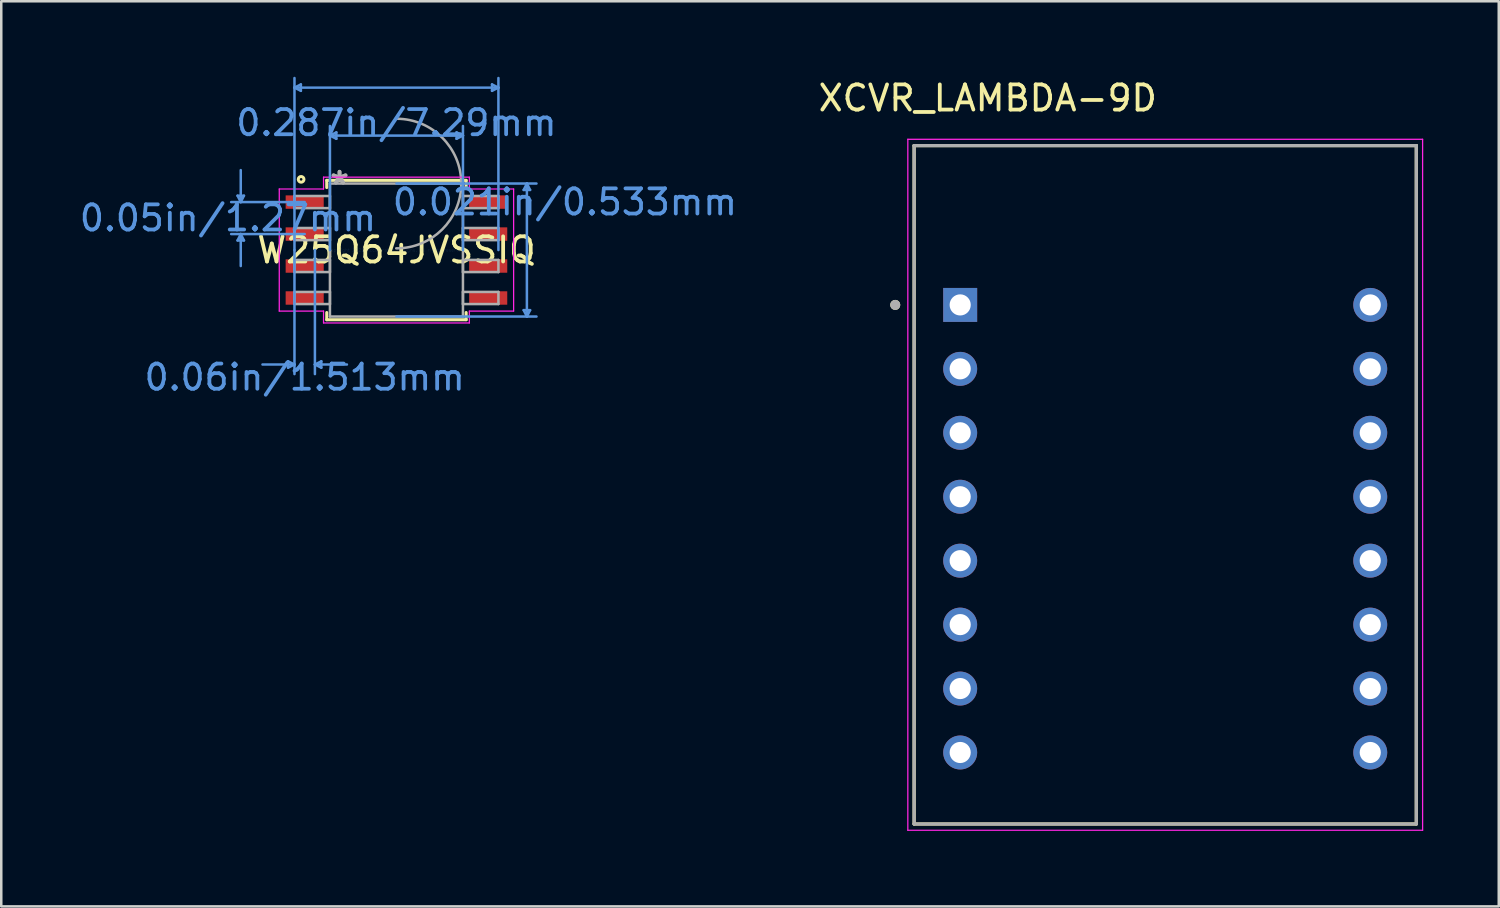
<source format=kicad_pcb>
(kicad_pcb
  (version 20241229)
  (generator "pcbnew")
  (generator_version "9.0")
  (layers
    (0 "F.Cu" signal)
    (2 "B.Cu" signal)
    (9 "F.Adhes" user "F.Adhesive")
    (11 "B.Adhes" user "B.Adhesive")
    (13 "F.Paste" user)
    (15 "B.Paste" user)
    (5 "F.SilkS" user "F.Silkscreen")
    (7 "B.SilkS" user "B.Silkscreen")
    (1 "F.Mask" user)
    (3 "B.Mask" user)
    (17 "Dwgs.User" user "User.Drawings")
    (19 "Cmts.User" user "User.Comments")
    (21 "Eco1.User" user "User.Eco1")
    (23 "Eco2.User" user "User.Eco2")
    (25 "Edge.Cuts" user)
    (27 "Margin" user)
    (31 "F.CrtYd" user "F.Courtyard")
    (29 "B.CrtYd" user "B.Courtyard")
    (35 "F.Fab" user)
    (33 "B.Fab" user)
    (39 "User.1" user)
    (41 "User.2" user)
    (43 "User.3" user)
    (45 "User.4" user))
  (footprint "W25Q64JVSSIQ"
    (layer "F.Cu")
    (at 12.699 6.883)
    (property "Reference" "W25Q64JVSSIQ" (at 0 0 0) (layer "F.SilkS") (effects (font (size 1 1) (thickness 0.15))))
    (attr through_hole)
    (fp_line (start -2.769 -2.769) (end -2.769 -2.482) (stroke (width 0.12) (type solid)) (layer "F.SilkS"))
    (fp_line (start -2.769 2.482) (end -2.769 2.769) (stroke (width 0.12) (type solid)) (layer "F.SilkS"))
    (fp_line (start -2.769 2.769) (end 2.769 2.769) (stroke (width 0.12) (type solid)) (layer "F.SilkS"))
    (fp_line (start 2.769 -2.769) (end -2.769 -2.769) (stroke (width 0.12) (type solid)) (layer "F.SilkS"))
    (fp_line (start 2.769 -2.482) (end 2.769 -2.769) (stroke (width 0.12) (type solid)) (layer "F.SilkS"))
    (fp_line (start 2.769 2.769) (end 2.769 2.482) (stroke (width 0.12) (type solid)) (layer "F.SilkS"))
    (fp_circle (center -3.787 -2.808) (end -3.745 -2.84) (stroke (width 0.12) (type solid)) (fill no) (layer "F.SilkS"))
    (fp_line (start -6.312 -2.159) (end -6.058 -2.159) (stroke (width 0.1) (type solid)) (layer "Cmts.User"))
    (fp_line (start -6.312 -0.381) (end -6.058 -0.381) (stroke (width 0.1) (type solid)) (layer "Cmts.User"))
    (fp_line (start -6.185 -1.905) (end -6.312 -2.159) (stroke (width 0.1) (type solid)) (layer "Cmts.User"))
    (fp_line (start -6.185 -1.905) (end -6.185 -3.175) (stroke (width 0.1) (type solid)) (layer "Cmts.User"))
    (fp_line (start -6.185 -1.905) (end -6.058 -2.159) (stroke (width 0.1) (type solid)) (layer "Cmts.User"))
    (fp_line (start -6.185 -0.635) (end -6.312 -0.381) (stroke (width 0.1) (type solid)) (layer "Cmts.User"))
    (fp_line (start -6.185 -0.635) (end -6.185 0.635) (stroke (width 0.1) (type solid)) (layer "Cmts.User"))
    (fp_line (start -6.185 -0.635) (end -6.058 -0.381) (stroke (width 0.1) (type solid)) (layer "Cmts.User"))
    (fp_line (start -4.305 4.42) (end -4.305 4.674) (stroke (width 0.1) (type solid)) (layer "Cmts.User"))
    (fp_line (start -4.051 -6.452) (end -3.797 -6.579) (stroke (width 0.1) (type solid)) (layer "Cmts.User"))
    (fp_line (start -4.051 -6.452) (end -3.797 -6.325) (stroke (width 0.1) (type solid)) (layer "Cmts.User"))
    (fp_line (start -4.051 -6.452) (end 4.051 -6.452) (stroke (width 0.1) (type solid)) (layer "Cmts.User"))
    (fp_line (start -4.051 0) (end -4.051 -6.833) (stroke (width 0.1) (type solid)) (layer "Cmts.User"))
    (fp_line (start -4.051 0) (end -4.051 4.928) (stroke (width 0.1) (type solid)) (layer "Cmts.User"))
    (fp_line (start -4.051 4.547) (end -5.321 4.547) (stroke (width 0.1) (type solid)) (layer "Cmts.User"))
    (fp_line (start -4.051 4.547) (end -4.305 4.42) (stroke (width 0.1) (type solid)) (layer "Cmts.User"))
    (fp_line (start -4.051 4.547) (end -4.305 4.674) (stroke (width 0.1) (type solid)) (layer "Cmts.User"))
    (fp_line (start -3.797 -6.579) (end -3.797 -6.325) (stroke (width 0.1) (type solid)) (layer "Cmts.User"))
    (fp_line (start -3.645 -1.905) (end -6.566 -1.905) (stroke (width 0.1) (type solid)) (layer "Cmts.User"))
    (fp_line (start -3.645 -0.635) (end -6.566 -0.635) (stroke (width 0.1) (type solid)) (layer "Cmts.User"))
    (fp_line (start -3.239 0) (end -3.239 4.928) (stroke (width 0.1) (type solid)) (layer "Cmts.User"))
    (fp_line (start -3.239 4.547) (end -2.985 4.42) (stroke (width 0.1) (type solid)) (layer "Cmts.User"))
    (fp_line (start -3.239 4.547) (end -2.985 4.674) (stroke (width 0.1) (type solid)) (layer "Cmts.User"))
    (fp_line (start -3.239 4.547) (end -1.968 4.547) (stroke (width 0.1) (type solid)) (layer "Cmts.User"))
    (fp_line (start -2.985 4.42) (end -2.985 4.674) (stroke (width 0.1) (type solid)) (layer "Cmts.User"))
    (fp_line (start -2.642 -4.547) (end -2.388 -4.674) (stroke (width 0.1) (type solid)) (layer "Cmts.User"))
    (fp_line (start -2.642 -4.547) (end -2.388 -4.42) (stroke (width 0.1) (type solid)) (layer "Cmts.User"))
    (fp_line (start -2.642 -4.547) (end 2.642 -4.547) (stroke (width 0.1) (type solid)) (layer "Cmts.User"))
    (fp_line (start -2.642 0) (end -2.642 -4.928) (stroke (width 0.1) (type solid)) (layer "Cmts.User"))
    (fp_line (start -2.388 -4.674) (end -2.388 -4.42) (stroke (width 0.1) (type solid)) (layer "Cmts.User"))
    (fp_line (start 0 -2.642) (end 5.563 -2.642) (stroke (width 0.1) (type solid)) (layer "Cmts.User"))
    (fp_line (start 0 2.642) (end 5.563 2.642) (stroke (width 0.1) (type solid)) (layer "Cmts.User"))
    (fp_line (start 2.388 -4.674) (end 2.388 -4.42) (stroke (width 0.1) (type solid)) (layer "Cmts.User"))
    (fp_line (start 2.642 -4.547) (end 2.388 -4.674) (stroke (width 0.1) (type solid)) (layer "Cmts.User"))
    (fp_line (start 2.642 -4.547) (end 2.388 -4.42) (stroke (width 0.1) (type solid)) (layer "Cmts.User"))
    (fp_line (start 2.642 0) (end 2.642 -4.928) (stroke (width 0.1) (type solid)) (layer "Cmts.User"))
    (fp_line (start 3.797 -6.579) (end 3.797 -6.325) (stroke (width 0.1) (type solid)) (layer "Cmts.User"))
    (fp_line (start 4.051 -6.452) (end 3.797 -6.579) (stroke (width 0.1) (type solid)) (layer "Cmts.User"))
    (fp_line (start 4.051 -6.452) (end 3.797 -6.325) (stroke (width 0.1) (type solid)) (layer "Cmts.User"))
    (fp_line (start 4.051 0) (end 4.051 -6.833) (stroke (width 0.1) (type solid)) (layer "Cmts.User"))
    (fp_line (start 5.055 -2.388) (end 5.309 -2.388) (stroke (width 0.1) (type solid)) (layer "Cmts.User"))
    (fp_line (start 5.055 2.388) (end 5.309 2.388) (stroke (width 0.1) (type solid)) (layer "Cmts.User"))
    (fp_line (start 5.182 -2.642) (end 5.055 -2.388) (stroke (width 0.1) (type solid)) (layer "Cmts.User"))
    (fp_line (start 5.182 -2.642) (end 5.182 2.642) (stroke (width 0.1) (type solid)) (layer "Cmts.User"))
    (fp_line (start 5.182 -2.642) (end 5.309 -2.388) (stroke (width 0.1) (type solid)) (layer "Cmts.User"))
    (fp_line (start 5.182 2.642) (end 5.055 2.388) (stroke (width 0.1) (type solid)) (layer "Cmts.User"))
    (fp_line (start 5.182 2.642) (end 5.309 2.388) (stroke (width 0.1) (type solid)) (layer "Cmts.User"))
    (fp_line (start -4.655 -2.425) (end -2.896 -2.425) (stroke (width 0.05) (type solid)) (layer "F.CrtYd"))
    (fp_line (start -4.655 2.425) (end -4.655 -2.425) (stroke (width 0.05) (type solid)) (layer "F.CrtYd"))
    (fp_line (start -4.655 2.425) (end -2.896 2.425) (stroke (width 0.05) (type solid)) (layer "F.CrtYd"))
    (fp_line (start -2.896 -2.896) (end 2.896 -2.896) (stroke (width 0.05) (type solid)) (layer "F.CrtYd"))
    (fp_line (start -2.896 -2.425) (end -2.896 -2.896) (stroke (width 0.05) (type solid)) (layer "F.CrtYd"))
    (fp_line (start -2.896 2.896) (end -2.896 2.425) (stroke (width 0.05) (type solid)) (layer "F.CrtYd"))
    (fp_line (start 2.896 -2.896) (end 2.896 -2.425) (stroke (width 0.05) (type solid)) (layer "F.CrtYd"))
    (fp_line (start 2.896 2.425) (end 2.896 2.896) (stroke (width 0.05) (type solid)) (layer "F.CrtYd"))
    (fp_line (start 2.896 2.896) (end -2.896 2.896) (stroke (width 0.05) (type solid)) (layer "F.CrtYd"))
    (fp_line (start 4.655 -2.425) (end 2.896 -2.425) (stroke (width 0.05) (type solid)) (layer "F.CrtYd"))
    (fp_line (start 4.655 -2.425) (end 4.655 2.425) (stroke (width 0.05) (type solid)) (layer "F.CrtYd"))
    (fp_line (start 4.655 2.425) (end 2.896 2.425) (stroke (width 0.05) (type solid)) (layer "F.CrtYd"))
    (fp_line (start -4.051 -2.146) (end -4.051 -1.664) (stroke (width 0.1) (type solid)) (layer "F.Fab"))
    (fp_line (start -4.051 -1.664) (end -2.642 -1.664) (stroke (width 0.1) (type solid)) (layer "F.Fab"))
    (fp_line (start -4.051 -0.876) (end -4.051 -0.394) (stroke (width 0.1) (type solid)) (layer "F.Fab"))
    (fp_line (start -4.051 -0.394) (end -2.642 -0.394) (stroke (width 0.1) (type solid)) (layer "F.Fab"))
    (fp_line (start -4.051 0.394) (end -4.051 0.876) (stroke (width 0.1) (type solid)) (layer "F.Fab"))
    (fp_line (start -4.051 0.876) (end -2.642 0.876) (stroke (width 0.1) (type solid)) (layer "F.Fab"))
    (fp_line (start -4.051 1.664) (end -4.051 2.146) (stroke (width 0.1) (type solid)) (layer "F.Fab"))
    (fp_line (start -4.051 2.146) (end -2.642 2.146) (stroke (width 0.1) (type solid)) (layer "F.Fab"))
    (fp_line (start -2.642 -2.642) (end -2.642 2.642) (stroke (width 0.1) (type solid)) (layer "F.Fab"))
    (fp_line (start -2.642 -2.146) (end -4.051 -2.146) (stroke (width 0.1) (type solid)) (layer "F.Fab"))
    (fp_line (start -2.642 -1.664) (end -2.642 -2.146) (stroke (width 0.1) (type solid)) (layer "F.Fab"))
    (fp_line (start -2.642 -0.876) (end -4.051 -0.876) (stroke (width 0.1) (type solid)) (layer "F.Fab"))
    (fp_line (start -2.642 -0.394) (end -2.642 -0.876) (stroke (width 0.1) (type solid)) (layer "F.Fab"))
    (fp_line (start -2.642 0.394) (end -4.051 0.394) (stroke (width 0.1) (type solid)) (layer "F.Fab"))
    (fp_line (start -2.642 0.876) (end -2.642 0.394) (stroke (width 0.1) (type solid)) (layer "F.Fab"))
    (fp_line (start -2.642 1.664) (end -4.051 1.664) (stroke (width 0.1) (type solid)) (layer "F.Fab"))
    (fp_line (start -2.642 2.146) (end -2.642 1.664) (stroke (width 0.1) (type solid)) (layer "F.Fab"))
    (fp_line (start -2.642 2.642) (end 2.642 2.642) (stroke (width 0.1) (type solid)) (layer "F.Fab"))
    (fp_line (start 2.642 -2.642) (end -2.642 -2.642) (stroke (width 0.1) (type solid)) (layer "F.Fab"))
    (fp_line (start 2.642 -2.146) (end 2.642 -1.664) (stroke (width 0.1) (type solid)) (layer "F.Fab"))
    (fp_line (start 2.642 -1.664) (end 4.051 -1.664) (stroke (width 0.1) (type solid)) (layer "F.Fab"))
    (fp_line (start 2.642 -0.876) (end 2.642 -0.394) (stroke (width 0.1) (type solid)) (layer "F.Fab"))
    (fp_line (start 2.642 -0.394) (end 4.051 -0.394) (stroke (width 0.1) (type solid)) (layer "F.Fab"))
    (fp_line (start 2.642 0.394) (end 2.642 0.876) (stroke (width 0.1) (type solid)) (layer "F.Fab"))
    (fp_line (start 2.642 0.876) (end 4.051 0.876) (stroke (width 0.1) (type solid)) (layer "F.Fab"))
    (fp_line (start 2.642 1.664) (end 2.642 2.146) (stroke (width 0.1) (type solid)) (layer "F.Fab"))
    (fp_line (start 2.642 2.146) (end 4.051 2.146) (stroke (width 0.1) (type solid)) (layer "F.Fab"))
    (fp_line (start 2.642 2.642) (end 2.642 -2.642) (stroke (width 0.1) (type solid)) (layer "F.Fab"))
    (fp_line (start 4.051 -2.146) (end 2.642 -2.146) (stroke (width 0.1) (type solid)) (layer "F.Fab"))
    (fp_line (start 4.051 -1.664) (end 4.051 -2.146) (stroke (width 0.1) (type solid)) (layer "F.Fab"))
    (fp_line (start 4.051 -0.876) (end 2.642 -0.876) (stroke (width 0.1) (type solid)) (layer "F.Fab"))
    (fp_line (start 4.051 -0.394) (end 4.051 -0.876) (stroke (width 0.1) (type solid)) (layer "F.Fab"))
    (fp_line (start 4.051 0.394) (end 2.642 0.394) (stroke (width 0.1) (type solid)) (layer "F.Fab"))
    (fp_line (start 4.051 0.876) (end 4.051 0.394) (stroke (width 0.1) (type solid)) (layer "F.Fab"))
    (fp_line (start 4.051 1.664) (end 2.642 1.664) (stroke (width 0.1) (type solid)) (layer "F.Fab"))
    (fp_line (start 4.051 2.146) (end 4.051 1.664) (stroke (width 0.1) (type solid)) (layer "F.Fab"))
    (fp_arc (start 0.007742 -5.216103) (mid 2.574503 -2.633858) (end -0.007742 -0.067097) (stroke (width 0.1) (type solid)) (layer "F.Fab"))
    (fp_text user "0.05in/1.27mm" (at -6.693 -1.27 0) (layer "Cmts.User") (effects (font (size 1 1) (thickness 0.15))))
    (fp_text user "0.287in/7.29mm" (at 0 -5.055 0) (layer "Cmts.User") (effects (font (size 1 1) (thickness 0.15))))
    (fp_text user "0.06in/1.513mm" (at -3.645 5.055 0) (layer "Cmts.User") (effects (font (size 1 1) (thickness 0.15))))
    (fp_text user "0.021in/0.533mm" (at 6.693 -1.905 0) (layer "Cmts.User") (effects (font (size 1 1) (thickness 0.15))))
    (fp_text user "Copyright 2021 Accelerated Designs. All rights reserved." (at 0 0 0) (layer "Cmts.User") (effects (font (size 0.127 0.127) (thickness 0.002))))
    (fp_text user "*" (at -2.261 -2.565 0) (layer "F.Fab") (effects (font (size 1 1) (thickness 0.15))))
    (fp_text user "*" (at -2.261 -2.565 0) (layer "F.Fab") (effects (font (size 1 1) (thickness 0.15))))
    (pad "1" smd rect (at -3.645 -1.905) (size 1.513 0.533) (layers "F.Cu" "F.Mask" "F.Paste"))
    (pad "2" smd rect (at -3.645 -0.635) (size 1.513 0.533) (layers "F.Cu" "F.Mask" "F.Paste"))
    (pad "3" smd rect (at -3.645 0.635) (size 1.513 0.533) (layers "F.Cu" "F.Mask" "F.Paste"))
    (pad "4" smd rect (at -3.645 1.905) (size 1.513 0.533) (layers "F.Cu" "F.Mask" "F.Paste"))
    (pad "5" smd rect (at 3.645 1.905) (size 1.513 0.533) (layers "F.Cu" "F.Mask" "F.Paste"))
    (pad "6" smd rect (at 3.645 0.635) (size 1.513 0.533) (layers "F.Cu" "F.Mask" "F.Paste"))
    (pad "7" smd rect (at 3.645 -0.635) (size 1.513 0.533) (layers "F.Cu" "F.Mask" "F.Paste"))
    (pad "8" smd rect (at 3.645 -1.905) (size 1.513 0.533) (layers "F.Cu" "F.Mask" "F.Paste")))
  (footprint "XCVR_LAMBDA-9D"
    (layer "F.Cu")
    (at 43.239 16.208)
    (property "Reference" "XCVR_LAMBDA-9D" (at -7.05 -15.36 0) (layer "F.SilkS") (effects (font (size 1 1) (thickness 0.15))))
    (attr through_hole)
    (fp_line (start -9.975 -13.475) (end 9.975 -13.475) (stroke (width 0.127) (type solid)) (layer "F.SilkS"))
    (fp_line (start -9.975 13.475) (end -9.975 -13.475) (stroke (width 0.127) (type solid)) (layer "F.SilkS"))
    (fp_line (start 9.975 -13.475) (end 9.975 13.475) (stroke (width 0.127) (type solid)) (layer "F.SilkS"))
    (fp_line (start 9.975 13.475) (end -9.975 13.475) (stroke (width 0.127) (type solid)) (layer "F.SilkS"))
    (fp_circle (center -10.725 -7.145) (end -10.625 -7.145) (stroke (width 0.2) (type solid)) (fill no) (layer "F.SilkS"))
    (fp_line (start -10.225 -13.725) (end -10.225 13.725) (stroke (width 0.05) (type solid)) (layer "F.CrtYd"))
    (fp_line (start -10.225 13.725) (end 10.225 13.725) (stroke (width 0.05) (type solid)) (layer "F.CrtYd"))
    (fp_line (start 10.225 -13.725) (end -10.225 -13.725) (stroke (width 0.05) (type solid)) (layer "F.CrtYd"))
    (fp_line (start 10.225 13.725) (end 10.225 -13.725) (stroke (width 0.05) (type solid)) (layer "F.CrtYd"))
    (fp_line (start -9.975 -13.475) (end 9.975 -13.475) (stroke (width 0.127) (type solid)) (layer "F.Fab"))
    (fp_line (start -9.975 13.475) (end -9.975 -13.475) (stroke (width 0.127) (type solid)) (layer "F.Fab"))
    (fp_line (start 9.975 -13.475) (end 9.975 13.475) (stroke (width 0.127) (type solid)) (layer "F.Fab"))
    (fp_line (start 9.975 13.475) (end -9.975 13.475) (stroke (width 0.127) (type solid)) (layer "F.Fab"))
    (fp_circle (center -10.725 -7.145) (end -10.625 -7.145) (stroke (width 0.2) (type solid)) (fill no) (layer "F.Fab"))
    (pad "1" thru_hole rect (at -8.145 -7.145) (size 1.348 1.348) (drill 0.84) (layers "*.Cu" "*.Mask"))
    (pad "2" thru_hole circle (at -8.145 -4.605) (size 1.348 1.348) (drill 0.84) (layers "*.Cu" "*.Mask"))
    (pad "3" thru_hole circle (at -8.145 -2.065) (size 1.348 1.348) (drill 0.84) (layers "*.Cu" "*.Mask"))
    (pad "4" thru_hole circle (at -8.145 0.475) (size 1.348 1.348) (drill 0.84) (layers "*.Cu" "*.Mask"))
    (pad "5" thru_hole circle (at -8.145 3.015) (size 1.348 1.348) (drill 0.84) (layers "*.Cu" "*.Mask"))
    (pad "6" thru_hole circle (at -8.145 5.555) (size 1.348 1.348) (drill 0.84) (layers "*.Cu" "*.Mask"))
    (pad "7" thru_hole circle (at -8.145 8.095) (size 1.348 1.348) (drill 0.84) (layers "*.Cu" "*.Mask"))
    (pad "8" thru_hole circle (at -8.145 10.635) (size 1.348 1.348) (drill 0.84) (layers "*.Cu" "*.Mask"))
    (pad "9" thru_hole circle (at 8.145 10.635) (size 1.348 1.348) (drill 0.84) (layers "*.Cu" "*.Mask"))
    (pad "10" thru_hole circle (at 8.145 8.095) (size 1.348 1.348) (drill 0.84) (layers "*.Cu" "*.Mask"))
    (pad "11" thru_hole circle (at 8.145 5.555) (size 1.348 1.348) (drill 0.84) (layers "*.Cu" "*.Mask"))
    (pad "12" thru_hole circle (at 8.145 3.015) (size 1.348 1.348) (drill 0.84) (layers "*.Cu" "*.Mask"))
    (pad "13" thru_hole circle (at 8.145 0.475) (size 1.348 1.348) (drill 0.84) (layers "*.Cu" "*.Mask"))
    (pad "14" thru_hole circle (at 8.145 -2.065) (size 1.348 1.348) (drill 0.84) (layers "*.Cu" "*.Mask"))
    (pad "15" thru_hole circle (at 8.145 -4.605) (size 1.348 1.348) (drill 0.84) (layers "*.Cu" "*.Mask"))
    (pad "16" thru_hole circle (at 8.145 -7.145) (size 1.348 1.348) (drill 0.84) (layers "*.Cu" "*.Mask")))
  (gr_rect
    (start -3 -3)
    (end 56.489 32.958)
    (stroke (width 0.1) (type default))
    (fill no)
    (layer "Edge.Cuts")))
</source>
